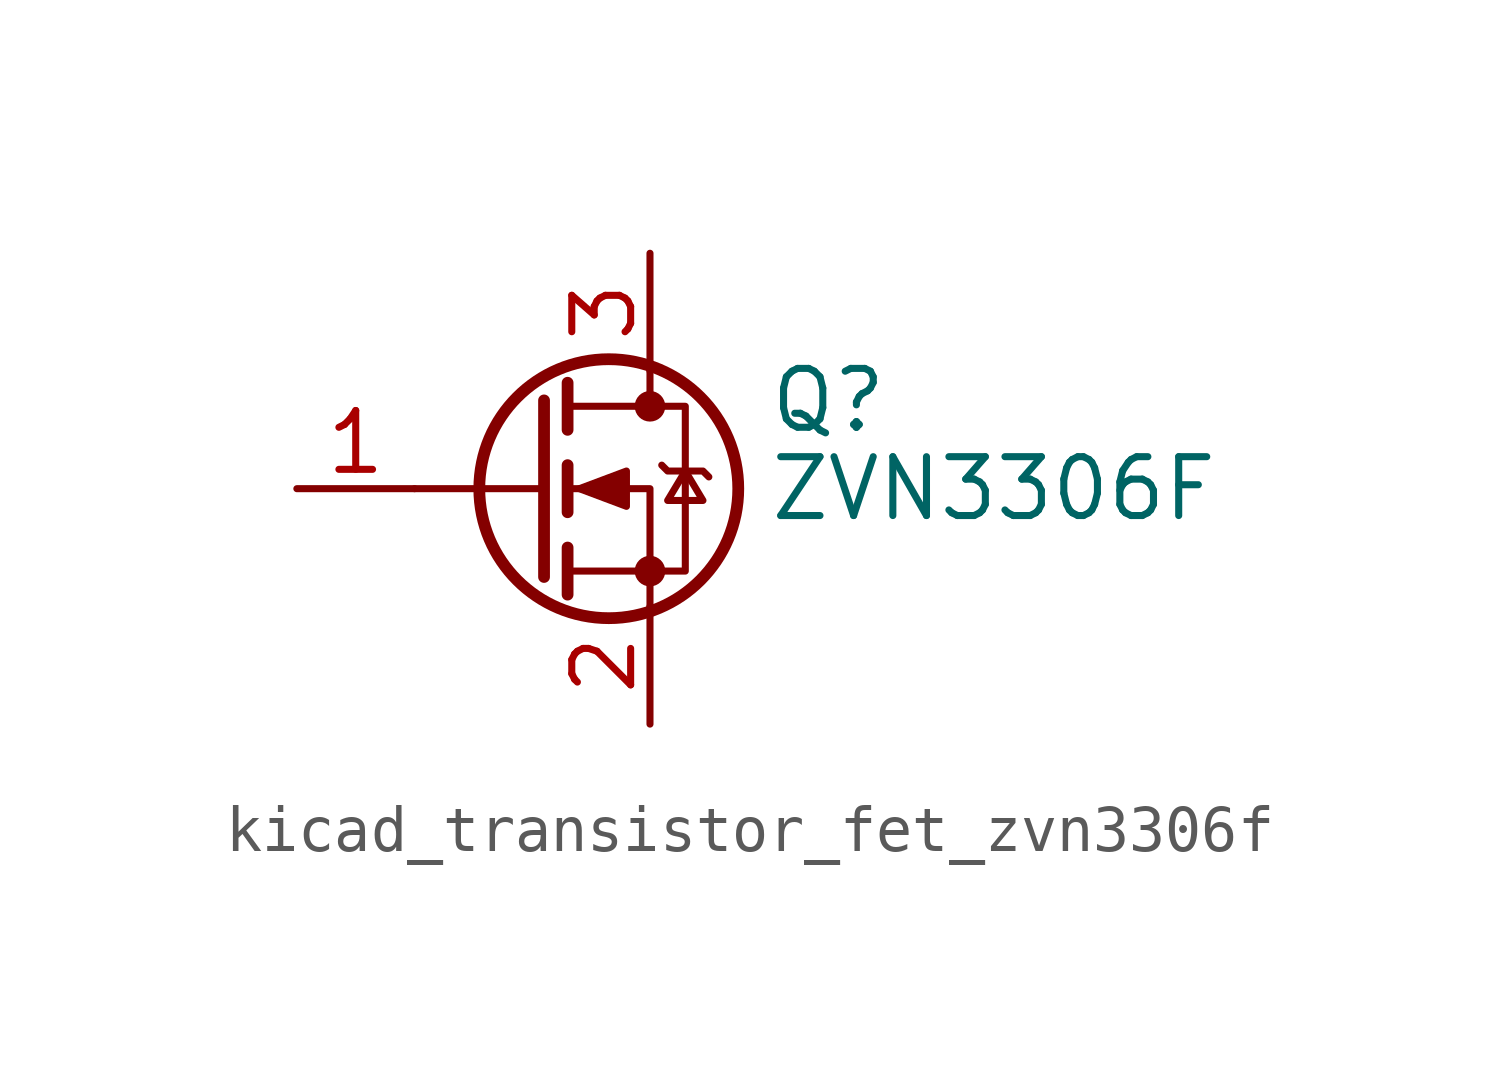
<source format=kicad_sym>
(kicad_symbol_lib
  (version 20220914)
  (generator kicad_symbol_editor)
  (symbol "kicad_transistor_fet_zvn3306f"
    (pin_names hide)
    (property "Reference" "Q"
      (at 5.08 1.905 0)
      (effects (font (size 1.27 1.27)) (justify left)))
    (property "Value" "ZVN3306F"
      (at 5.08 0 0)
      (effects (font (size 1.27 1.27)) (justify left)))
    (symbol "kicad_transistor_fet_zvn3306f_0_1"
      (polyline (pts (xy 0.254 0) (xy -2.54 0)) (stroke (width 0) (type default)) (fill (type none)))
      (polyline (pts (xy 0.254 1.905) (xy 0.254 -1.905)) (stroke (width 0.254) (type default)) (fill (type none)))
      (polyline (pts (xy 0.762 -1.27) (xy 0.762 -2.286)) (stroke (width 0.254) (type default)) (fill (type none)))
      (polyline (pts (xy 0.762 0.508) (xy 0.762 -0.508)) (stroke (width 0.254) (type default)) (fill (type none)))
      (polyline (pts (xy 0.762 2.286) (xy 0.762 1.27)) (stroke (width 0.254) (type default)) (fill (type none)))
      (polyline (pts (xy 2.54 2.54) (xy 2.54 1.778)) (stroke (width 0) (type default)) (fill (type none)))
      (polyline (pts (xy 2.54 -2.54) (xy 2.54 0) (xy 0.762 0)) (stroke (width 0) (type default)) (fill (type none)))
      (polyline (pts (xy 0.762 -1.778) (xy 3.302 -1.778) (xy 3.302 1.778) (xy 0.762 1.778)) (stroke (width 0) (type default)) (fill (type none)))
      (polyline (pts (xy 1.016 0) (xy 2.032 0.381) (xy 2.032 -0.381) (xy 1.016 0)) (stroke (width 0) (type default)) (fill (type outline)))
      (polyline (pts (xy 2.794 0.508) (xy 2.921 0.381) (xy 3.683 0.381) (xy 3.81 0.254)) (stroke (width 0) (type default)) (fill (type none)))
      (polyline (pts (xy 3.302 0.381) (xy 2.921 -0.254) (xy 3.683 -0.254) (xy 3.302 0.381)) (stroke (width 0) (type default)) (fill (type none)))
      (circle (center 1.651 0) (radius 2.794) (stroke (width 0.254) (type default)) (fill (type none)))
      (circle (center 2.54 -1.778) (radius 0.254) (stroke (width 0) (type default)) (fill (type outline)))
      (circle (center 2.54 1.778) (radius 0.254) (stroke (width 0) (type default)) (fill (type outline))))
    (symbol "kicad_transistor_fet_zvn3306f_1_1"
      (pin input line (at -5.08 0 0) (length 2.54) (name "G" (effects (font (size 1.27 1.27)))) (number "1" (effects (font (size 1.27 1.27)))))
      (pin passive line (at 2.54 -5.08 90) (length 2.54) (name "S" (effects (font (size 1.27 1.27)))) (number "2" (effects (font (size 1.27 1.27)))))
      (pin passive line (at 2.54 5.08 270) (length 2.54) (name "D" (effects (font (size 1.27 1.27)))) (number "3" (effects (font (size 1.27 1.27))))))))
</source>
